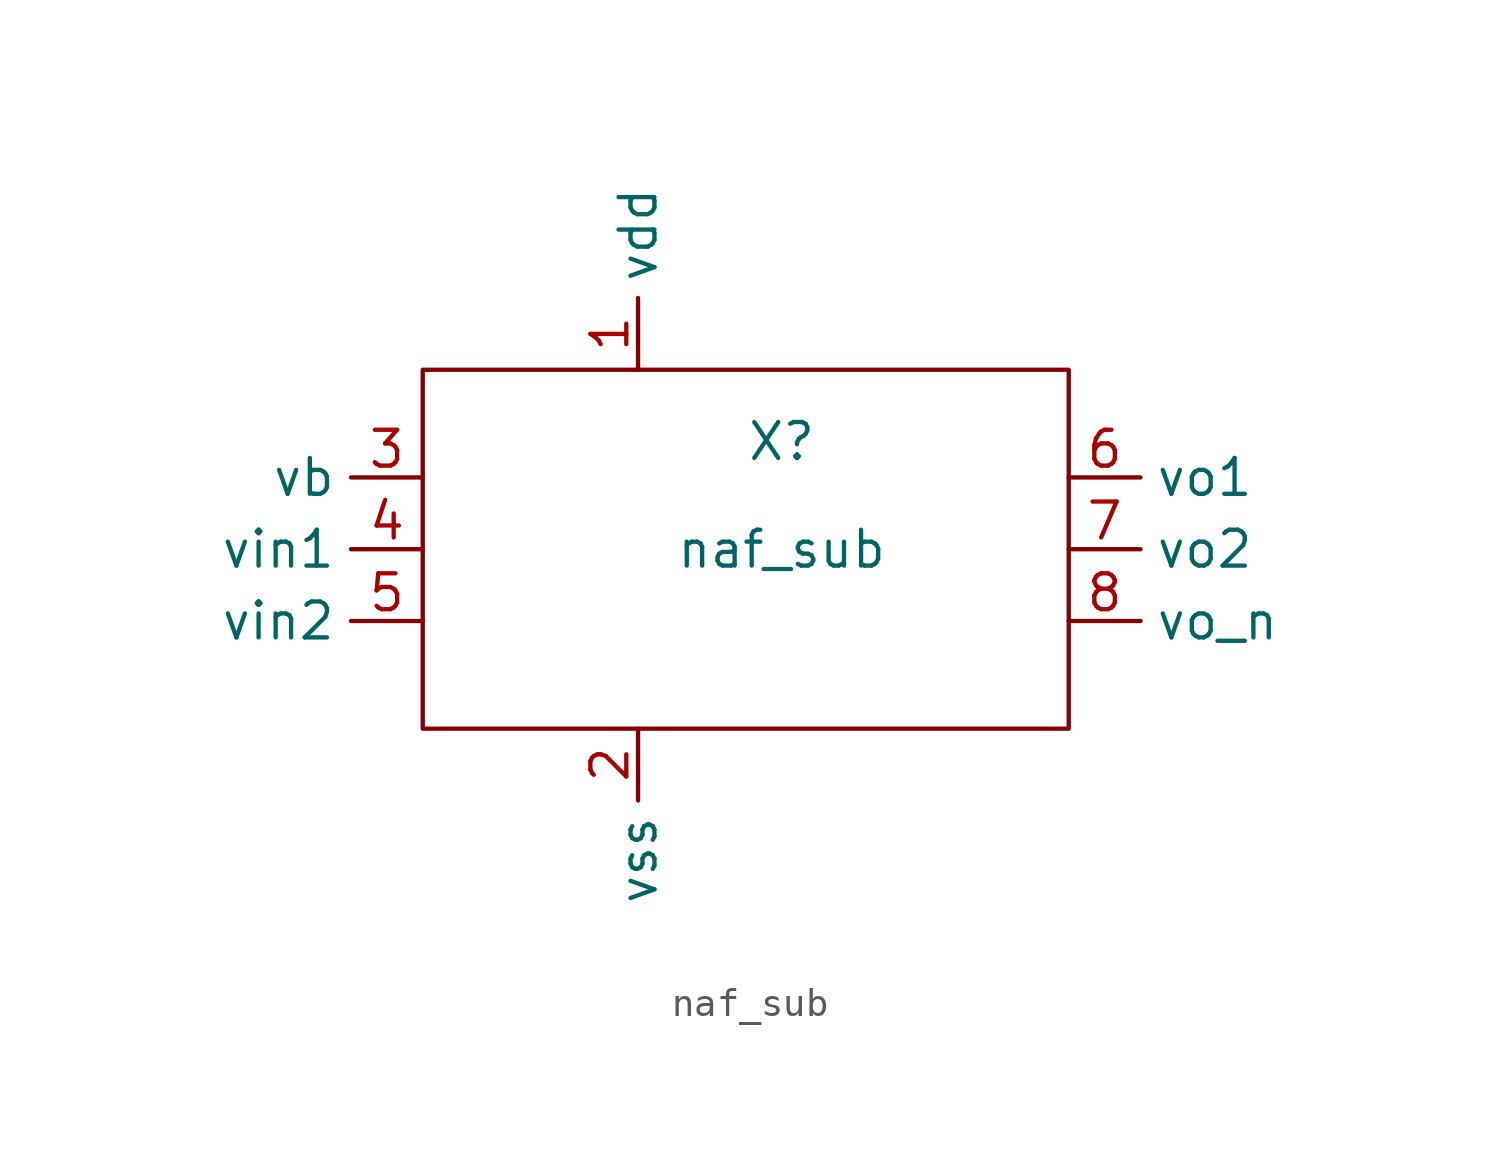
<source format=kicad_sym>
(kicad_symbol_lib
  (version 20211014)
  (generator kicad_symbol_editor)
  (symbol "naf_sub"
    (property "Reference" "X"
      (at 0 3.81 0)
      (effects (font (size 1.27 1.27))))
    (property "Value" "naf_sub"
      (at 0 0 0)
      (effects (font (size 1.27 1.27))))
    (symbol "naf_sub_0_0"
      (pin input line (at -5.08 6.35 90) (length 2.54) (name "vdd" (effects (font (size 1.27 1.27)))) (number "1" (effects (font (size 1.27 1.27)))))
      (pin input line (at -5.08 -6.35 270) (length 2.54) (name "vss" (effects (font (size 1.27 1.27)))) (number "2" (effects (font (size 1.27 1.27)))))
      (pin input line (at -12.7 2.54 180) (length 2.54) (name "vb" (effects (font (size 1.27 1.27)))) (number "3" (effects (font (size 1.27 1.27)))))
      (pin input line (at -12.7 0 180) (length 2.54) (name "vin1" (effects (font (size 1.27 1.27)))) (number "4" (effects (font (size 1.27 1.27)))))
      (pin input line (at -12.7 -2.54 180) (length 2.54) (name "vin2" (effects (font (size 1.27 1.27)))) (number "5" (effects (font (size 1.27 1.27)))))
      (pin output line (at 10.16 2.54 0) (length 2.54) (name "vo1" (effects (font (size 1.27 1.27)))) (number "6" (effects (font (size 1.27 1.27)))))
      (pin output line (at 10.16 0 0) (length 2.54) (name "vo2" (effects (font (size 1.27 1.27)))) (number "7" (effects (font (size 1.27 1.27)))))
      (pin output line (at 10.16 -2.54 0) (length 2.54) (name "vo_n" (effects (font (size 1.27 1.27)))) (number "8" (effects (font (size 1.27 1.27))))))
    (symbol "naf_sub_0_1"
      (rectangle (start -12.7 6.35) (end 10.16 -6.35) (stroke (width 0) (type default) (color 0 0 0 0)) (fill (type none))))))
</source>
